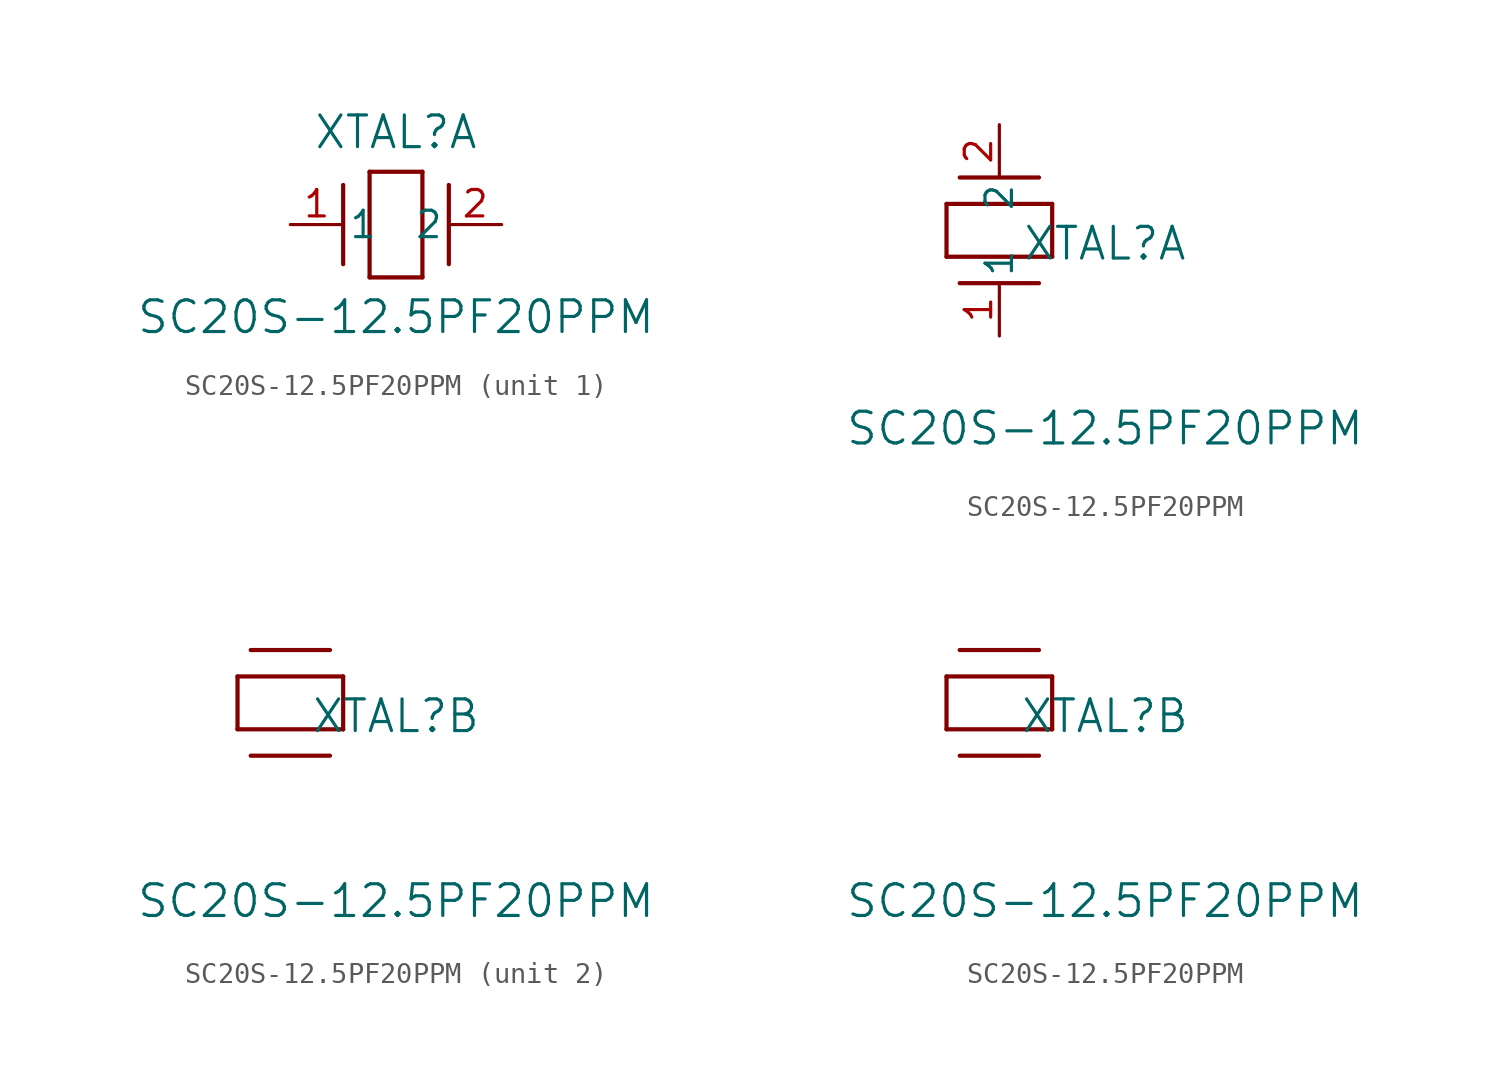
<source format=kicad_sym>
(kicad_symbol_lib
  (version 20211014)
  (generator kicad_symbol_editor)
  (symbol "SC20S-12.5PF20PPM"
    (pin_names
      (offset 0.254))
    (property "Reference" "XTAL"
      (at 5.08 4.445 0)
      (effects (font (size 1.524 1.524))))
    (property "Value" "SC20S-12.5PF20PPM"
      (at 5.08 -4.445 0)
      (effects (font (size 1.524 1.524))))
    (symbol "SC20S-12.5PF20PPM_1_1"
      (polyline (pts (xy 2.54 -1.905) (xy 2.54 1.905)) (stroke (width 0.203) (type default) (color 0 0 0 0)) (fill (type none)))
      (polyline (pts (xy 6.35 2.54) (xy 6.35 -2.54)) (stroke (width 0.203) (type default) (color 0 0 0 0)) (fill (type none)))
      (polyline (pts (xy 7.62 -1.905) (xy 7.62 1.905)) (stroke (width 0.203) (type default) (color 0 0 0 0)) (fill (type none)))
      (polyline (pts (xy 6.35 -2.54) (xy 3.81 -2.54)) (stroke (width 0.203) (type default) (color 0 0 0 0)) (fill (type none)))
      (polyline (pts (xy 3.81 2.54) (xy 6.35 2.54)) (stroke (width 0.203) (type default) (color 0 0 0 0)) (fill (type none)))
      (polyline (pts (xy 3.81 -2.54) (xy 3.81 2.54)) (stroke (width 0.203) (type default) (color 0 0 0 0)) (fill (type none)))
      (pin unspecified line (at 0 0 0) (length 2.54) (name "1" (effects (font (size 1.27 1.27)))) (number "1" (effects (font (size 1.27 1.27)))))
      (pin unspecified line (at 10.16 0 180) (length 2.54) (name "2" (effects (font (size 1.27 1.27)))) (number "2" (effects (font (size 1.27 1.27))))))
    (symbol "SC20S-12.5PF20PPM_1_2"
      (polyline (pts (xy 1.905 7.62) (xy -1.905 7.62)) (stroke (width 0.203) (type default) (color 0 0 0 0)) (fill (type none)))
      (polyline (pts (xy -2.54 3.81) (xy -2.54 6.35)) (stroke (width 0.203) (type default) (color 0 0 0 0)) (fill (type none)))
      (polyline (pts (xy 1.905 2.54) (xy -1.905 2.54)) (stroke (width 0.203) (type default) (color 0 0 0 0)) (fill (type none)))
      (polyline (pts (xy 2.54 6.35) (xy 2.54 3.81)) (stroke (width 0.203) (type default) (color 0 0 0 0)) (fill (type none)))
      (polyline (pts (xy -2.54 6.35) (xy 2.54 6.35)) (stroke (width 0.203) (type default) (color 0 0 0 0)) (fill (type none)))
      (polyline (pts (xy 2.54 3.81) (xy -2.54 3.81)) (stroke (width 0.203) (type default) (color 0 0 0 0)) (fill (type none)))
      (pin unspecified line (at 0 0 90) (length 2.54) (name "1" (effects (font (size 1.27 1.27)))) (number "1" (effects (font (size 1.27 1.27)))))
      (pin unspecified line (at 0 10.16 270) (length 2.54) (name "2" (effects (font (size 1.27 1.27)))) (number "2" (effects (font (size 1.27 1.27))))))
    (symbol "SC20S-12.5PF20PPM_2_1"
      (polyline (pts (xy 1.905 7.62) (xy -1.905 7.62)) (stroke (width 0.203) (type default) (color 0 0 0 0)) (fill (type none)))
      (polyline (pts (xy -2.54 3.81) (xy -2.54 6.35)) (stroke (width 0.203) (type default) (color 0 0 0 0)) (fill (type none)))
      (polyline (pts (xy 1.905 2.54) (xy -1.905 2.54)) (stroke (width 0.203) (type default) (color 0 0 0 0)) (fill (type none)))
      (polyline (pts (xy 2.54 6.35) (xy 2.54 3.81)) (stroke (width 0.203) (type default) (color 0 0 0 0)) (fill (type none)))
      (polyline (pts (xy -2.54 6.35) (xy 2.54 6.35)) (stroke (width 0.203) (type default) (color 0 0 0 0)) (fill (type none)))
      (polyline (pts (xy 2.54 3.81) (xy -2.54 3.81)) (stroke (width 0.203) (type default) (color 0 0 0 0)) (fill (type none))))
    (symbol "SC20S-12.5PF20PPM_2_2"
      (polyline (pts (xy 1.905 7.62) (xy -1.905 7.62)) (stroke (width 0.203) (type default) (color 0 0 0 0)) (fill (type none)))
      (polyline (pts (xy -2.54 3.81) (xy -2.54 6.35)) (stroke (width 0.203) (type default) (color 0 0 0 0)) (fill (type none)))
      (polyline (pts (xy 1.905 2.54) (xy -1.905 2.54)) (stroke (width 0.203) (type default) (color 0 0 0 0)) (fill (type none)))
      (polyline (pts (xy 2.54 6.35) (xy 2.54 3.81)) (stroke (width 0.203) (type default) (color 0 0 0 0)) (fill (type none)))
      (polyline (pts (xy -2.54 6.35) (xy 2.54 6.35)) (stroke (width 0.203) (type default) (color 0 0 0 0)) (fill (type none)))
      (polyline (pts (xy 2.54 3.81) (xy -2.54 3.81)) (stroke (width 0.203) (type default) (color 0 0 0 0)) (fill (type none))))))
</source>
